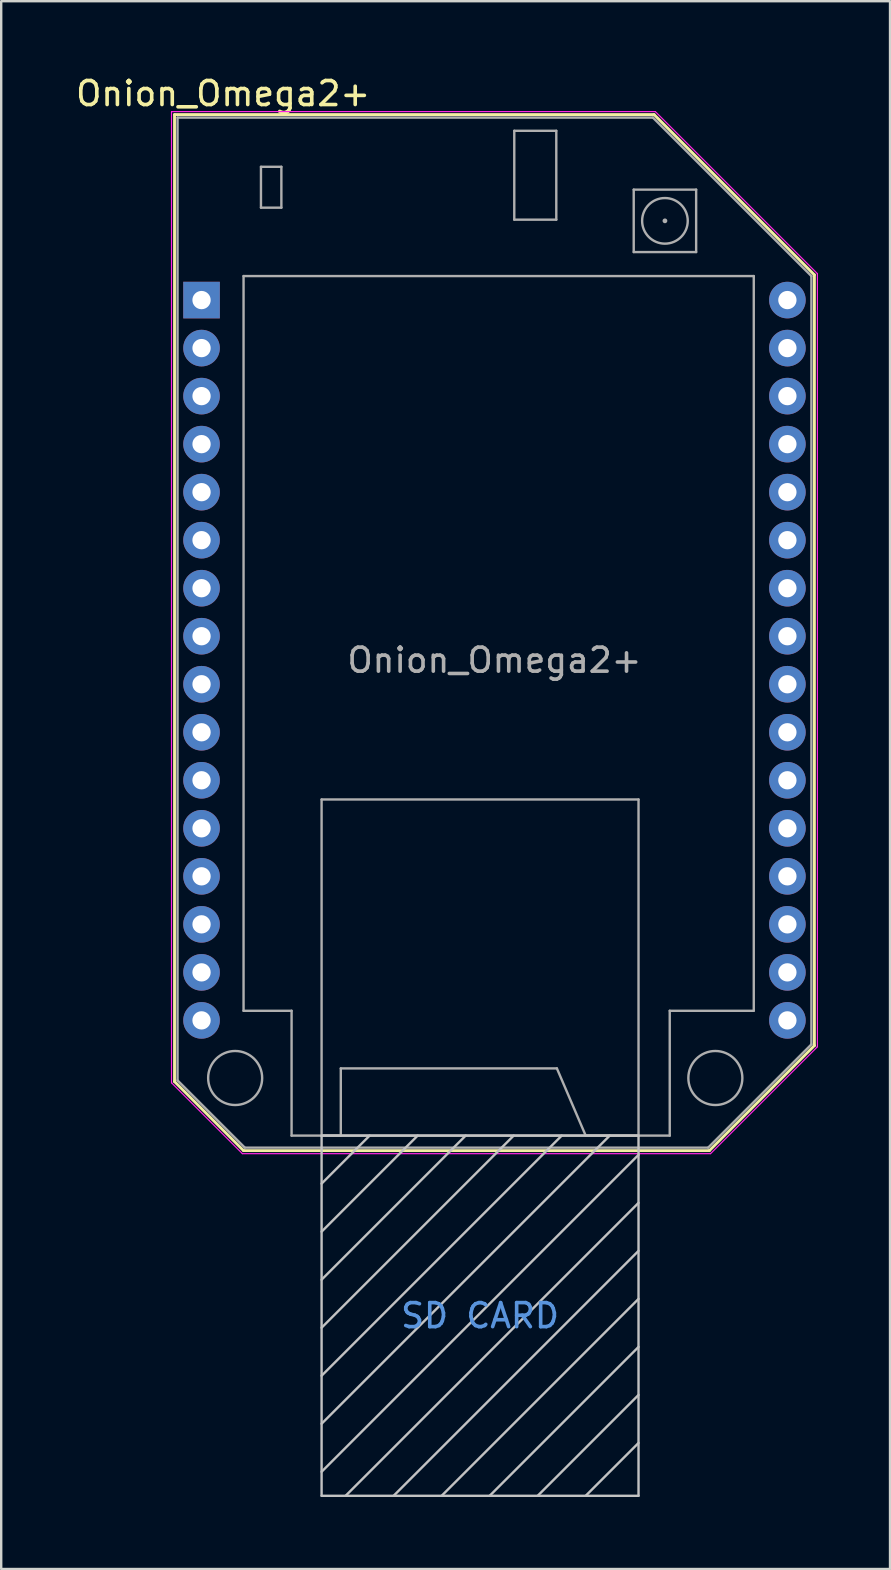
<source format=kicad_pcb>
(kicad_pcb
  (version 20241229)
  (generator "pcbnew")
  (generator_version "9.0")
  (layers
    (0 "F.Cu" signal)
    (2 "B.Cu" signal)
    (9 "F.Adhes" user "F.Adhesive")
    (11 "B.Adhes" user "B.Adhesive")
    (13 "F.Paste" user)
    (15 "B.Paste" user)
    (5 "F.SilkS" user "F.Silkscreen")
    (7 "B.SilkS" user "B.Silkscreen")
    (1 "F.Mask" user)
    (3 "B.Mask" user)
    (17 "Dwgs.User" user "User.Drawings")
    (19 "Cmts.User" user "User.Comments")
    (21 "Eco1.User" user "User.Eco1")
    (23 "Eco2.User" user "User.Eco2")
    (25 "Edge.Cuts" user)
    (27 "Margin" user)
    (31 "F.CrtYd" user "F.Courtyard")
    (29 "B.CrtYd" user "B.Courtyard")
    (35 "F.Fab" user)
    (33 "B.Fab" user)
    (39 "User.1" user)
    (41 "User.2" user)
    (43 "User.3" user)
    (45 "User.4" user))
  (footprint "Onion_Omega2+"
    (layer "F.Cu")
    (at 5.344 9.448)
    (property "Reference" "Onion_Omega2+" (at 0.9 -8.6 0) (layer "F.SilkS") (effects (font (size 1 1) (thickness 0.15))))
    (attr through_hole)
    (fp_line (start -1.125 -7.725) (end -1.125 32.55) (stroke (width 0.12) (type solid)) (layer "F.SilkS"))
    (fp_line (start -1.125 32.55) (end 1.75 35.425) (stroke (width 0.12) (type solid)) (layer "F.SilkS"))
    (fp_line (start 1.75 35.425) (end 21.15 35.425) (stroke (width 0.12) (type solid)) (layer "F.SilkS"))
    (fp_line (start 18.85 -7.725) (end -1.125 -7.725) (stroke (width 0.12) (type solid)) (layer "F.SilkS"))
    (fp_line (start 21.15 35.425) (end 25.525 31.05) (stroke (width 0.12) (type solid)) (layer "F.SilkS"))
    (fp_line (start 25.525 -1.05) (end 18.85 -7.725) (stroke (width 0.12) (type solid)) (layer "F.SilkS"))
    (fp_line (start 25.525 31.05) (end 25.525 -1.05) (stroke (width 0.12) (type solid)) (layer "F.SilkS"))
    (fp_line (start 5 34.8) (end 5 49.8) (stroke (width 0.1) (type solid)) (layer "Dwgs.User"))
    (fp_line (start 5 34.8) (end 18.2 34.8) (stroke (width 0.1) (type solid)) (layer "Dwgs.User"))
    (fp_line (start 5 36.8) (end 7 34.8) (stroke (width 0.1) (type solid)) (layer "Dwgs.User"))
    (fp_line (start 5 38.8) (end 9 34.8) (stroke (width 0.1) (type solid)) (layer "Dwgs.User"))
    (fp_line (start 5 40.8) (end 11 34.8) (stroke (width 0.1) (type solid)) (layer "Dwgs.User"))
    (fp_line (start 5 42.8) (end 13 34.8) (stroke (width 0.1) (type solid)) (layer "Dwgs.User"))
    (fp_line (start 5 44.8) (end 15 34.8) (stroke (width 0.1) (type solid)) (layer "Dwgs.User"))
    (fp_line (start 5 46.8) (end 17 34.8) (stroke (width 0.1) (type solid)) (layer "Dwgs.User"))
    (fp_line (start 5 48.8) (end 18.2 35.6) (stroke (width 0.1) (type solid)) (layer "Dwgs.User"))
    (fp_line (start 5 49.8) (end 18.2 49.8) (stroke (width 0.1) (type solid)) (layer "Dwgs.User"))
    (fp_line (start 6 49.8) (end 18.2 37.6) (stroke (width 0.1) (type solid)) (layer "Dwgs.User"))
    (fp_line (start 10 49.8) (end 18.2 41.6) (stroke (width 0.1) (type solid)) (layer "Dwgs.User"))
    (fp_line (start 12 49.8) (end 18.2 43.6) (stroke (width 0.1) (type solid)) (layer "Dwgs.User"))
    (fp_line (start 14 49.8) (end 18.2 45.6) (stroke (width 0.1) (type solid)) (layer "Dwgs.User"))
    (fp_line (start 16 49.8) (end 18.2 47.6) (stroke (width 0.1) (type solid)) (layer "Dwgs.User"))
    (fp_line (start 18.2 34.8) (end 18.2 49.8) (stroke (width 0.1) (type solid)) (layer "Dwgs.User"))
    (fp_line (start 18.2 39.6) (end 8 49.8) (stroke (width 0.1) (type solid)) (layer "Dwgs.User"))
    (fp_line (start -1.25 -7.85) (end -1.25 32.6) (stroke (width 0.05) (type solid)) (layer "F.CrtYd"))
    (fp_line (start -1.25 -7.85) (end 18.9 -7.85) (stroke (width 0.05) (type solid)) (layer "F.CrtYd"))
    (fp_line (start -1.25 32.6) (end 1.7 35.55) (stroke (width 0.05) (type solid)) (layer "F.CrtYd"))
    (fp_line (start 1.7 35.55) (end 21.2 35.55) (stroke (width 0.05) (type solid)) (layer "F.CrtYd"))
    (fp_line (start 18.9 -7.85) (end 25.65 -1.1) (stroke (width 0.05) (type solid)) (layer "F.CrtYd"))
    (fp_line (start 21.2 35.55) (end 25.65 31.1) (stroke (width 0.05) (type solid)) (layer "F.CrtYd"))
    (fp_line (start 25.65 -1.1) (end 25.65 31.1) (stroke (width 0.05) (type solid)) (layer "F.CrtYd"))
    (fp_line (start -1 -7.6) (end -1 32.5) (stroke (width 0.1) (type solid)) (layer "F.Fab"))
    (fp_line (start -1 32.5) (end 1.8 35.3) (stroke (width 0.1) (type solid)) (layer "F.Fab"))
    (fp_line (start 1.75 29.6) (end 1.75 -1) (stroke (width 0.1) (type solid)) (layer "F.Fab"))
    (fp_line (start 1.75 29.6) (end 3.75 29.6) (stroke (width 0.1) (type solid)) (layer "F.Fab"))
    (fp_line (start 1.8 35.3) (end 21.1 35.3) (stroke (width 0.1) (type solid)) (layer "F.Fab"))
    (fp_line (start 2.475 -5.55) (end 2.475 -3.85) (stroke (width 0.1) (type solid)) (layer "F.Fab"))
    (fp_line (start 2.475 -3.85) (end 3.325 -3.85) (stroke (width 0.1) (type solid)) (layer "F.Fab"))
    (fp_line (start 3.325 -5.55) (end 2.475 -5.55) (stroke (width 0.1) (type solid)) (layer "F.Fab"))
    (fp_line (start 3.325 -3.85) (end 3.325 -5.55) (stroke (width 0.1) (type solid)) (layer "F.Fab"))
    (fp_line (start 3.75 29.6) (end 3.75 34.8) (stroke (width 0.1) (type solid)) (layer "F.Fab"))
    (fp_line (start 3.75 34.8) (end 19.5 34.8) (stroke (width 0.1) (type solid)) (layer "F.Fab"))
    (fp_line (start 5 20.8) (end 5 34.8) (stroke (width 0.1) (type solid)) (layer "F.Fab"))
    (fp_line (start 5 20.8) (end 18.2 20.8) (stroke (width 0.1) (type solid)) (layer "F.Fab"))
    (fp_line (start 5 34.8) (end 5.8 34.8) (stroke (width 0.1) (type solid)) (layer "F.Fab"))
    (fp_line (start 5.8 32) (end 14.8 32) (stroke (width 0.1) (type solid)) (layer "F.Fab"))
    (fp_line (start 5.8 34.8) (end 5.8 32) (stroke (width 0.1) (type solid)) (layer "F.Fab"))
    (fp_line (start 13.025 -7.05) (end 13.025 -3.35) (stroke (width 0.1) (type solid)) (layer "F.Fab"))
    (fp_line (start 13.025 -3.35) (end 14.775 -3.35) (stroke (width 0.1) (type solid)) (layer "F.Fab"))
    (fp_line (start 14.775 -7.05) (end 13.025 -7.05) (stroke (width 0.1) (type solid)) (layer "F.Fab"))
    (fp_line (start 14.775 -3.35) (end 14.775 -7.05) (stroke (width 0.1) (type solid)) (layer "F.Fab"))
    (fp_line (start 14.8 32) (end 16 34.8) (stroke (width 0.1) (type solid)) (layer "F.Fab"))
    (fp_line (start 16 34.8) (end 18.2 34.8) (stroke (width 0.1) (type solid)) (layer "F.Fab"))
    (fp_line (start 18 -4.6) (end 18 -2) (stroke (width 0.1) (type solid)) (layer "F.Fab"))
    (fp_line (start 18 -2) (end 20.6 -2) (stroke (width 0.1) (type solid)) (layer "F.Fab"))
    (fp_line (start 18.2 20.8) (end 18.2 34.8) (stroke (width 0.1) (type solid)) (layer "F.Fab"))
    (fp_line (start 18.8 -7.6) (end -1 -7.6) (stroke (width 0.1) (type solid)) (layer "F.Fab"))
    (fp_line (start 18.8 -7.6) (end 25.4 -1) (stroke (width 0.1) (type solid)) (layer "F.Fab"))
    (fp_line (start 19.5 29.6) (end 23 29.6) (stroke (width 0.1) (type solid)) (layer "F.Fab"))
    (fp_line (start 19.5 34.8) (end 19.5 29.6) (stroke (width 0.1) (type solid)) (layer "F.Fab"))
    (fp_line (start 20.6 -4.6) (end 18 -4.6) (stroke (width 0.1) (type solid)) (layer "F.Fab"))
    (fp_line (start 20.6 -2) (end 20.6 -4.6) (stroke (width 0.1) (type solid)) (layer "F.Fab"))
    (fp_line (start 23 -1) (end 1.75 -1) (stroke (width 0.1) (type solid)) (layer "F.Fab"))
    (fp_line (start 23 -1) (end 23 29.6) (stroke (width 0.1) (type solid)) (layer "F.Fab"))
    (fp_line (start 25.4 31) (end 21.1 35.3) (stroke (width 0.1) (type solid)) (layer "F.Fab"))
    (fp_line (start 25.4 31) (end 25.4 -1) (stroke (width 0.1) (type solid)) (layer "F.Fab"))
    (fp_circle (center 1.4 32.4) (end 2.525 32.4) (stroke (width 0.1) (type solid)) (fill no) (layer "F.Fab"))
    (fp_circle (center 19.3 -3.3) (end 19.35 -3.3) (stroke (width 0.1) (type solid)) (fill no) (layer "F.Fab"))
    (fp_circle (center 19.3 -3.3) (end 20.25 -3.3) (stroke (width 0.1) (type solid)) (fill no) (layer "F.Fab"))
    (fp_circle (center 21.4 32.4) (end 22.525 32.4) (stroke (width 0.1) (type solid)) (fill no) (layer "F.Fab"))
    (fp_text user "SD CARD" (at 11.6 42.3 0) (layer "Cmts.User") (effects (font (size 1 1) (thickness 0.15))))
    (fp_text user "${REFERENCE}" (at 12.2 15 0) (layer "F.Fab") (effects (font (size 1 1) (thickness 0.15))))
    (pad "1" thru_hole rect (at 0 0) (size 1.524 1.524) (drill 0.762) (layers "*.Cu" "*.Mask"))
    (pad "2" thru_hole circle (at 0 2) (size 1.524 1.524) (drill 0.762) (layers "*.Cu" "*.Mask"))
    (pad "3" thru_hole circle (at 0 4) (size 1.524 1.524) (drill 0.762) (layers "*.Cu" "*.Mask"))
    (pad "4" thru_hole circle (at 0 6) (size 1.524 1.524) (drill 0.762) (layers "*.Cu" "*.Mask"))
    (pad "5" thru_hole circle (at 0 8) (size 1.524 1.524) (drill 0.762) (layers "*.Cu" "*.Mask"))
    (pad "6" thru_hole circle (at 0 10) (size 1.524 1.524) (drill 0.762) (layers "*.Cu" "*.Mask"))
    (pad "7" thru_hole circle (at 0 12) (size 1.524 1.524) (drill 0.762) (layers "*.Cu" "*.Mask"))
    (pad "8" thru_hole circle (at 0 14) (size 1.524 1.524) (drill 0.762) (layers "*.Cu" "*.Mask"))
    (pad "9" thru_hole circle (at 0 16) (size 1.524 1.524) (drill 0.762) (layers "*.Cu" "*.Mask"))
    (pad "10" thru_hole circle (at 0 18) (size 1.524 1.524) (drill 0.762) (layers "*.Cu" "*.Mask"))
    (pad "11" thru_hole circle (at 0 20) (size 1.524 1.524) (drill 0.762) (layers "*.Cu" "*.Mask"))
    (pad "12" thru_hole circle (at 0 22) (size 1.524 1.524) (drill 0.762) (layers "*.Cu" "*.Mask"))
    (pad "13" thru_hole circle (at 0 24) (size 1.524 1.524) (drill 0.762) (layers "*.Cu" "*.Mask"))
    (pad "14" thru_hole circle (at 0 26) (size 1.524 1.524) (drill 0.762) (layers "*.Cu" "*.Mask"))
    (pad "15" thru_hole circle (at 0 28) (size 1.524 1.524) (drill 0.762) (layers "*.Cu" "*.Mask"))
    (pad "16" thru_hole circle (at 0 30) (size 1.524 1.524) (drill 0.762) (layers "*.Cu" "*.Mask"))
    (pad "17" thru_hole circle (at 24.4 30) (size 1.524 1.524) (drill 0.762) (layers "*.Cu" "*.Mask"))
    (pad "18" thru_hole circle (at 24.4 28) (size 1.524 1.524) (drill 0.762) (layers "*.Cu" "*.Mask"))
    (pad "19" thru_hole circle (at 24.4 26) (size 1.524 1.524) (drill 0.762) (layers "*.Cu" "*.Mask"))
    (pad "20" thru_hole circle (at 24.4 24) (size 1.524 1.524) (drill 0.762) (layers "*.Cu" "*.Mask"))
    (pad "21" thru_hole circle (at 24.4 22) (size 1.524 1.524) (drill 0.762) (layers "*.Cu" "*.Mask"))
    (pad "22" thru_hole circle (at 24.4 20) (size 1.524 1.524) (drill 0.762) (layers "*.Cu" "*.Mask"))
    (pad "23" thru_hole circle (at 24.4 18) (size 1.524 1.524) (drill 0.762) (layers "*.Cu" "*.Mask"))
    (pad "24" thru_hole circle (at 24.4 16) (size 1.524 1.524) (drill 0.762) (layers "*.Cu" "*.Mask"))
    (pad "25" thru_hole circle (at 24.4 14) (size 1.524 1.524) (drill 0.762) (layers "*.Cu" "*.Mask"))
    (pad "26" thru_hole circle (at 24.4 12) (size 1.524 1.524) (drill 0.762) (layers "*.Cu" "*.Mask"))
    (pad "27" thru_hole circle (at 24.4 10) (size 1.524 1.524) (drill 0.762) (layers "*.Cu" "*.Mask"))
    (pad "28" thru_hole circle (at 24.4 8) (size 1.524 1.524) (drill 0.762) (layers "*.Cu" "*.Mask"))
    (pad "29" thru_hole circle (at 24.4 6) (size 1.524 1.524) (drill 0.762) (layers "*.Cu" "*.Mask"))
    (pad "30" thru_hole circle (at 24.4 4) (size 1.524 1.524) (drill 0.762) (layers "*.Cu" "*.Mask"))
    (pad "31" thru_hole circle (at 24.4 2) (size 1.524 1.524) (drill 0.762) (layers "*.Cu" "*.Mask"))
    (pad "32" thru_hole circle (at 24.4 0) (size 1.524 1.524) (drill 0.762) (layers "*.Cu" "*.Mask")))
  (gr_rect
    (start -3 -3)
    (end 34.019 62.298)
    (stroke (width 0.1) (type default))
    (fill no)
    (layer "Edge.Cuts")))
</source>
